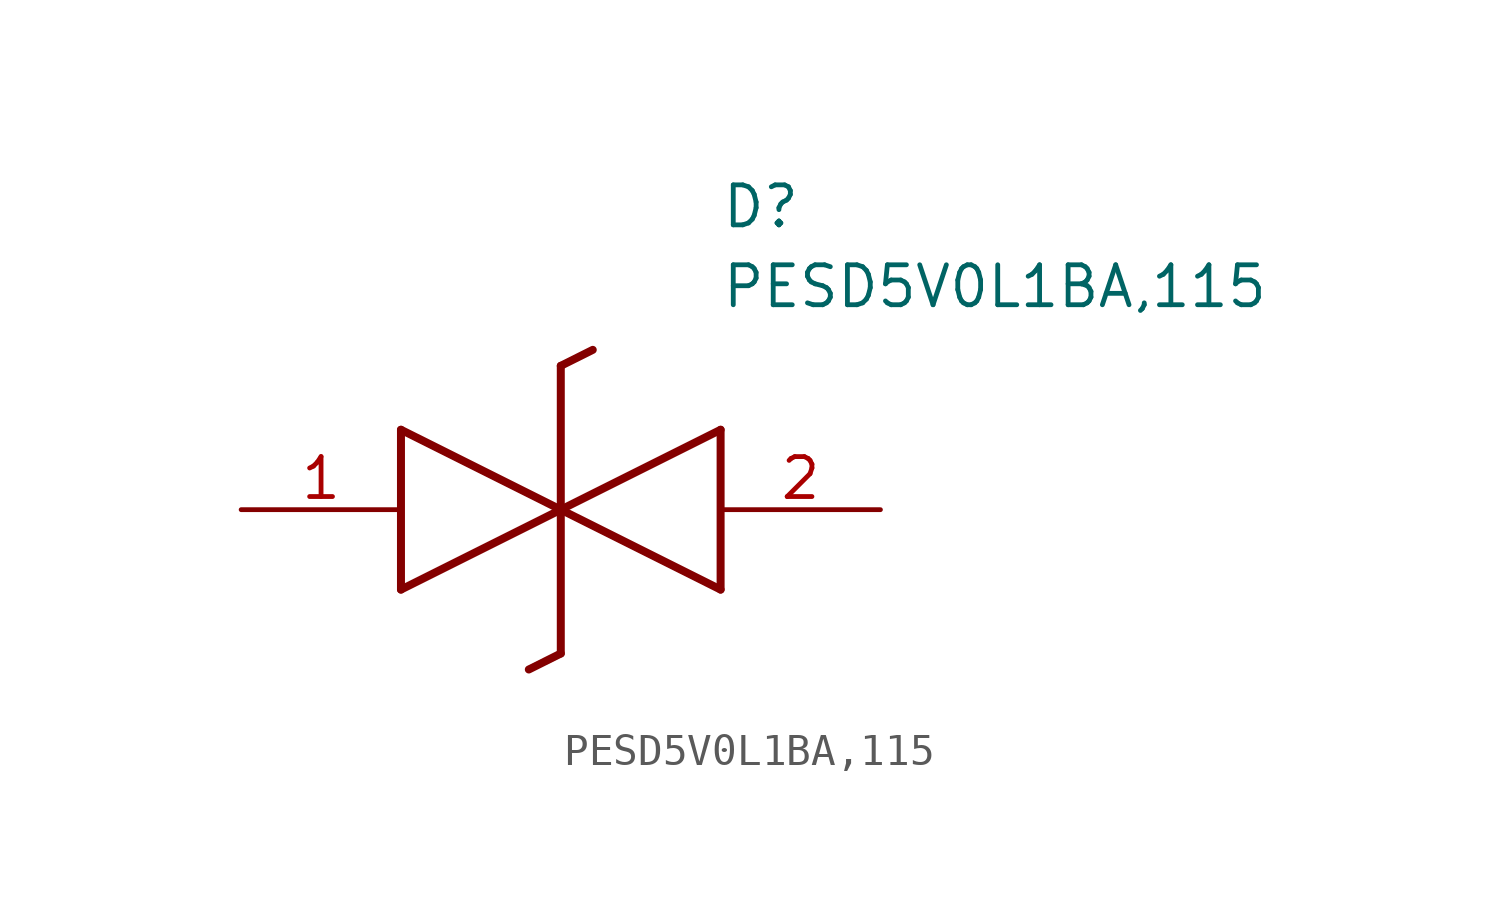
<source format=kicad_sym>
(kicad_symbol_lib
  (version 20241209)
  (generator "kicad_symbol_editor")
  (generator_version "9.0")
  (symbol "PESD5V0L1BA,115"
    (pin_names
      (hide yes))
    (property "Reference" "D"
      (at 15.24 8.89 0)
      (effects (font (size 1.27 1.27)) (justify left bottom)))
    (property "Value" "PESD5V0L1BA,115"
      (at 15.24 6.35 0)
      (effects (font (size 1.27 1.27)) (justify left bottom)))
    (symbol "PESD5V0L1BA,115_1_1"
      (polyline (pts (xy 5.08 2.54) (xy 5.08 -2.54)) (stroke (width 0.254) (type default)) (fill (type none)))
      (polyline (pts (xy 5.08 2.54) (xy 10.16 0)) (stroke (width 0.254) (type default)) (fill (type none)))
      (polyline (pts (xy 10.16 0) (xy 5.08 -2.54)) (stroke (width 0.254) (type default)) (fill (type none)))
      (polyline (pts (xy 10.16 0) (xy 15.24 -2.54)) (stroke (width 0.254) (type default)) (fill (type none)))
      (polyline (pts (xy 10.16 -4.572) (xy 9.144 -5.08)) (stroke (width 0.254) (type default)) (fill (type none)))
      (polyline (pts (xy 10.16 -4.572) (xy 10.16 4.572)) (stroke (width 0.254) (type default)) (fill (type none)))
      (polyline (pts (xy 11.176 5.08) (xy 10.16 4.572)) (stroke (width 0.254) (type default)) (fill (type none)))
      (polyline (pts (xy 15.24 2.54) (xy 10.16 0)) (stroke (width 0.254) (type default)) (fill (type none)))
      (polyline (pts (xy 15.24 2.54) (xy 15.24 -2.54)) (stroke (width 0.254) (type default)) (fill (type none)))
      (pin passive line (at 0 0 0) (length 5.08) (name "K1" (effects (font (size 1.27 1.27)))) (number "1" (effects (font (size 1.27 1.27)))))
      (pin passive line (at 20.32 0 180) (length 5.08) (name "K2" (effects (font (size 1.27 1.27)))) (number "2" (effects (font (size 1.27 1.27))))))))
</source>
